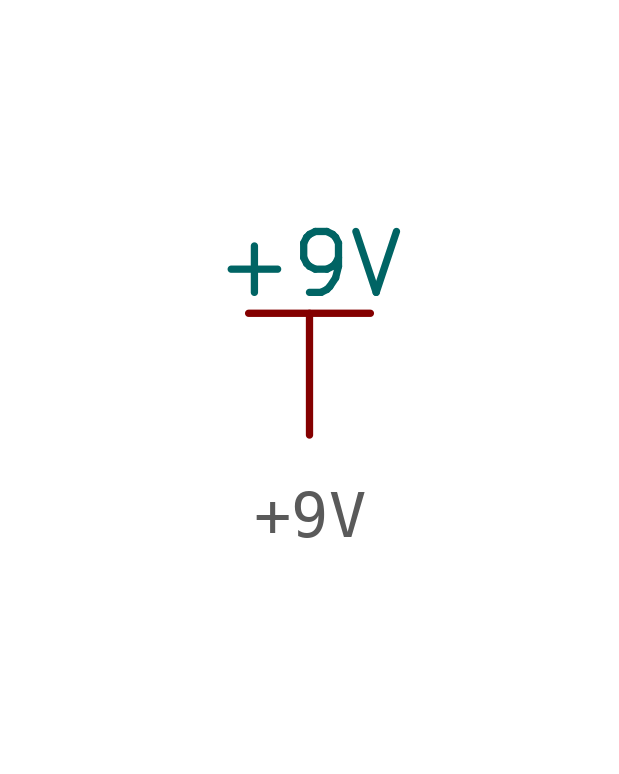
<source format=kicad_sym>
(kicad_symbol_lib
  (version 20220914)
  (generator kicad_symbol_editor)
  (symbol "+9V"
    (power)
    (pin_names
      (offset 0))
    (property "Reference" "#PWR"
      (at 0 -3.81 0)
      (effects (font (size 1.27 1.27)) hide))
    (property "Value" "+9V"
      (at 0 3.556 0)
      (effects (font (size 1.27 1.27))))
    (symbol "+9V_0_1"
      (polyline (pts (xy -1.27 2.54) (xy 1.27 2.54)) (stroke (width 0) (type solid)) (fill (type none)))
      (polyline (pts (xy 0 0) (xy 0 2.54)) (stroke (width 0) (type solid)) (fill (type none))))
    (symbol "+9V_1_1"
      (pin power_in line (at 0 0 90) (length 0) hide (name "+9V" (effects (font (size 1.27 1.27)))) (number "1" (effects (font (size 1.27 1.27))))))))
</source>
